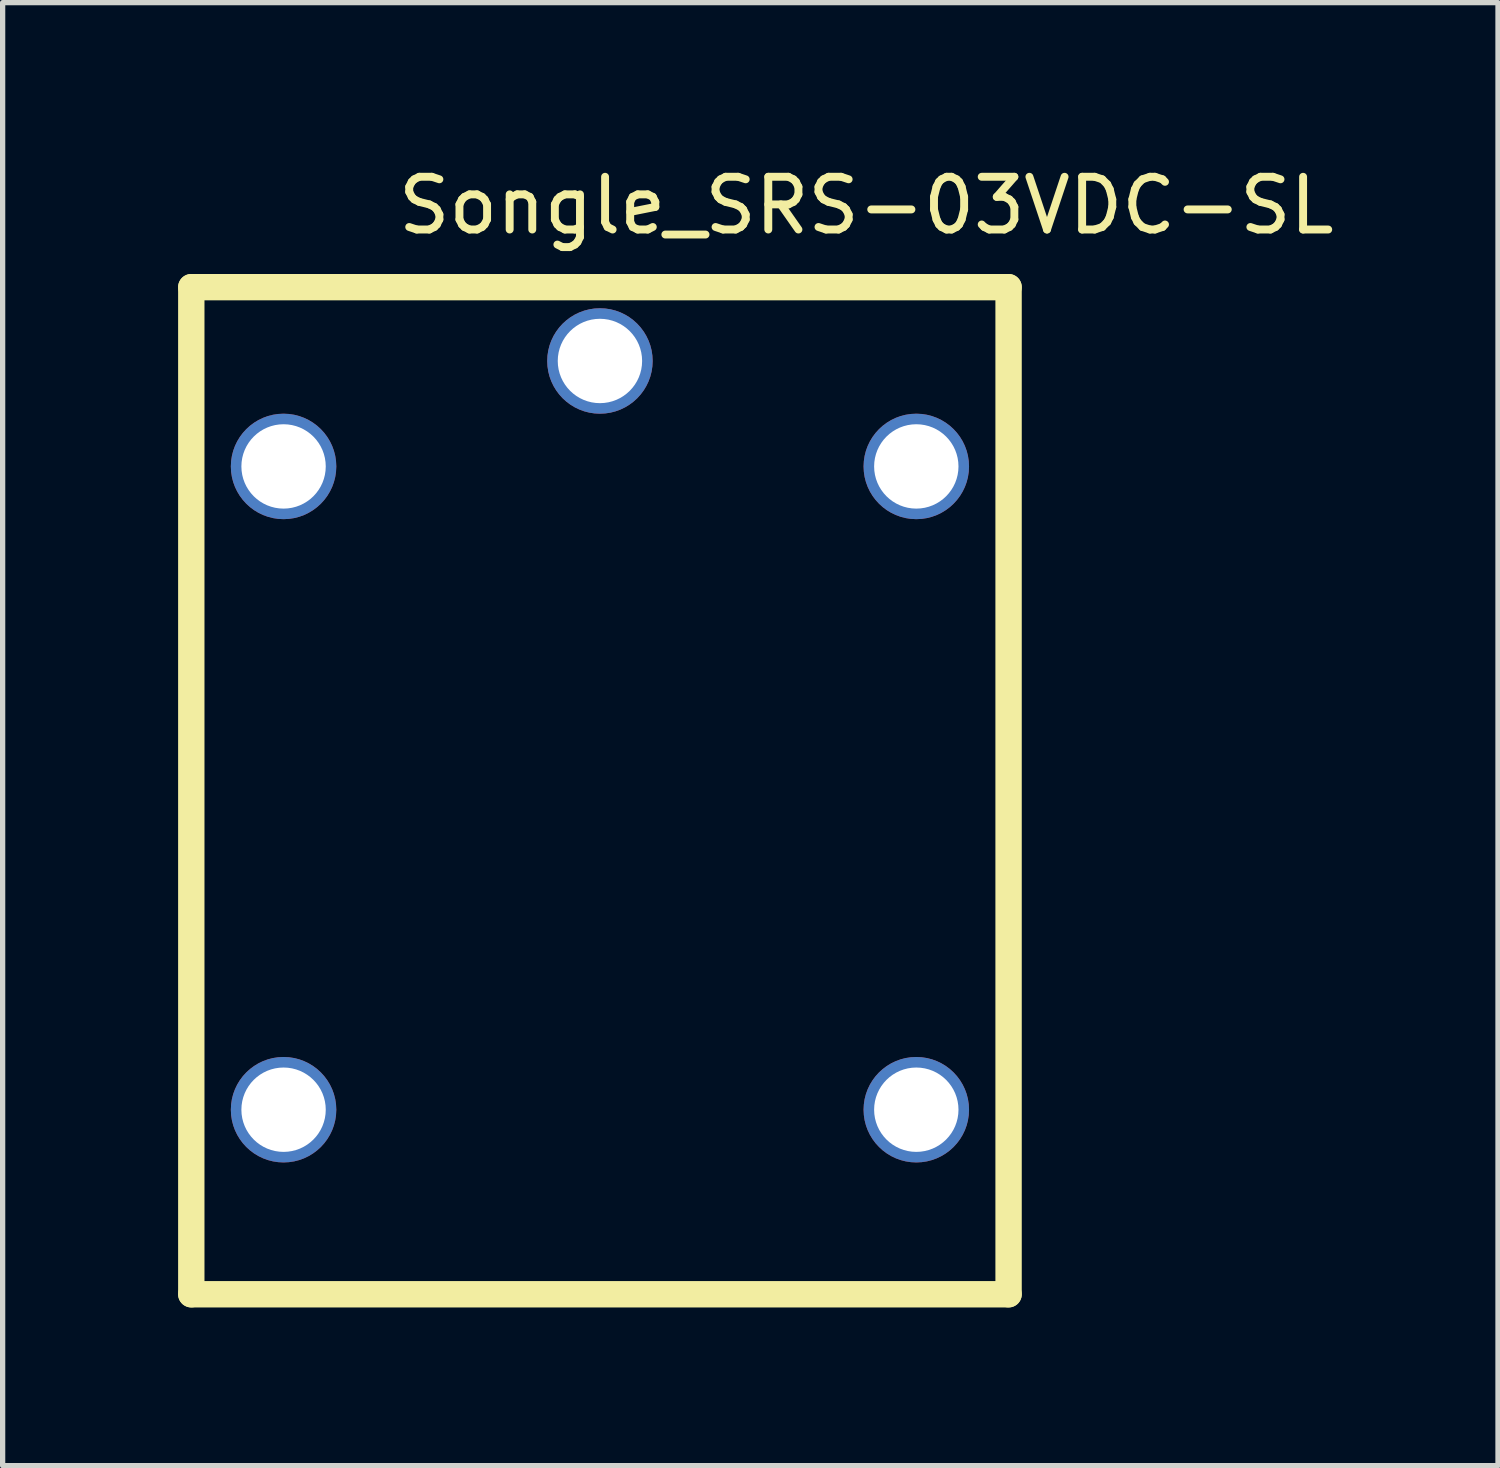
<source format=kicad_pcb>
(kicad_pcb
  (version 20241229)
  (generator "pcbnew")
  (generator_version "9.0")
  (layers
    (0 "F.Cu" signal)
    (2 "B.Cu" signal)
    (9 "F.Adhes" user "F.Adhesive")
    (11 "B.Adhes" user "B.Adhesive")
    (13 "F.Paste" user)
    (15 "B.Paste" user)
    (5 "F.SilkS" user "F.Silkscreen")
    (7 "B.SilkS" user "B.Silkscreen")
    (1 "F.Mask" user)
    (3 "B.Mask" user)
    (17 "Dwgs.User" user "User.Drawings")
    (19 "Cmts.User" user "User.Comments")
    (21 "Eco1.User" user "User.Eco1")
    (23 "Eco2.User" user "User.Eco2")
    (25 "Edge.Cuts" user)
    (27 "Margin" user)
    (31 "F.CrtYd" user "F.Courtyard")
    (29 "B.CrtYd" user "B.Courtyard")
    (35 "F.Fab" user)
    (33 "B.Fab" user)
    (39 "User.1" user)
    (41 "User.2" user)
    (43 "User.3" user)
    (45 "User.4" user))
  (footprint "Songle_SRS-03VDC-SL"
    (layer "F.Cu")
    (at 0.25 1.878)
    (property "Reference" "Songle_SRS-03VDC-SL" (at 13.128 -1.03 180) (layer "F.SilkS") (effects (font (size 1 1) (thickness 0.15))))
    (attr through_hole)
    (fp_line (start 0.328 0.518) (end 15.828 0.518) (stroke (width 0.5) (type solid)) (layer "F.SilkS"))
    (fp_line (start 0.328 19.618) (end 0.328 0.518) (stroke (width 0.5) (type solid)) (layer "F.SilkS"))
    (fp_line (start 15.828 0.518) (end 15.828 19.618) (stroke (width 0.5) (type solid)) (layer "F.SilkS"))
    (fp_line (start 15.828 19.618) (end 0.328 19.618) (stroke (width 0.5) (type solid)) (layer "F.SilkS"))
    (pad "1" thru_hole circle (at 2.078 3.918 180) (size 2 2) (drill 1.6) (layers "*.Cu" "*.Mask"))
    (pad "2" thru_hole circle (at 14.078 3.918 180) (size 2 2) (drill 1.6) (layers "*.Cu" "*.Mask"))
    (pad "3" thru_hole circle (at 8.078 1.918 180) (size 2 2) (drill 1.6) (layers "*.Cu" "*.Mask"))
    (pad "4" thru_hole circle (at 14.078 16.118 180) (size 2 2) (drill 1.6) (layers "*.Cu" "*.Mask"))
    (pad "5" thru_hole circle (at 2.078 16.118 180) (size 2 2) (drill 1.6) (layers "*.Cu" "*.Mask")))
  (gr_rect
    (start -3 -3)
    (end 25.36 24.746)
    (stroke (width 0.1) (type default))
    (fill no)
    (layer "Edge.Cuts")))
</source>
